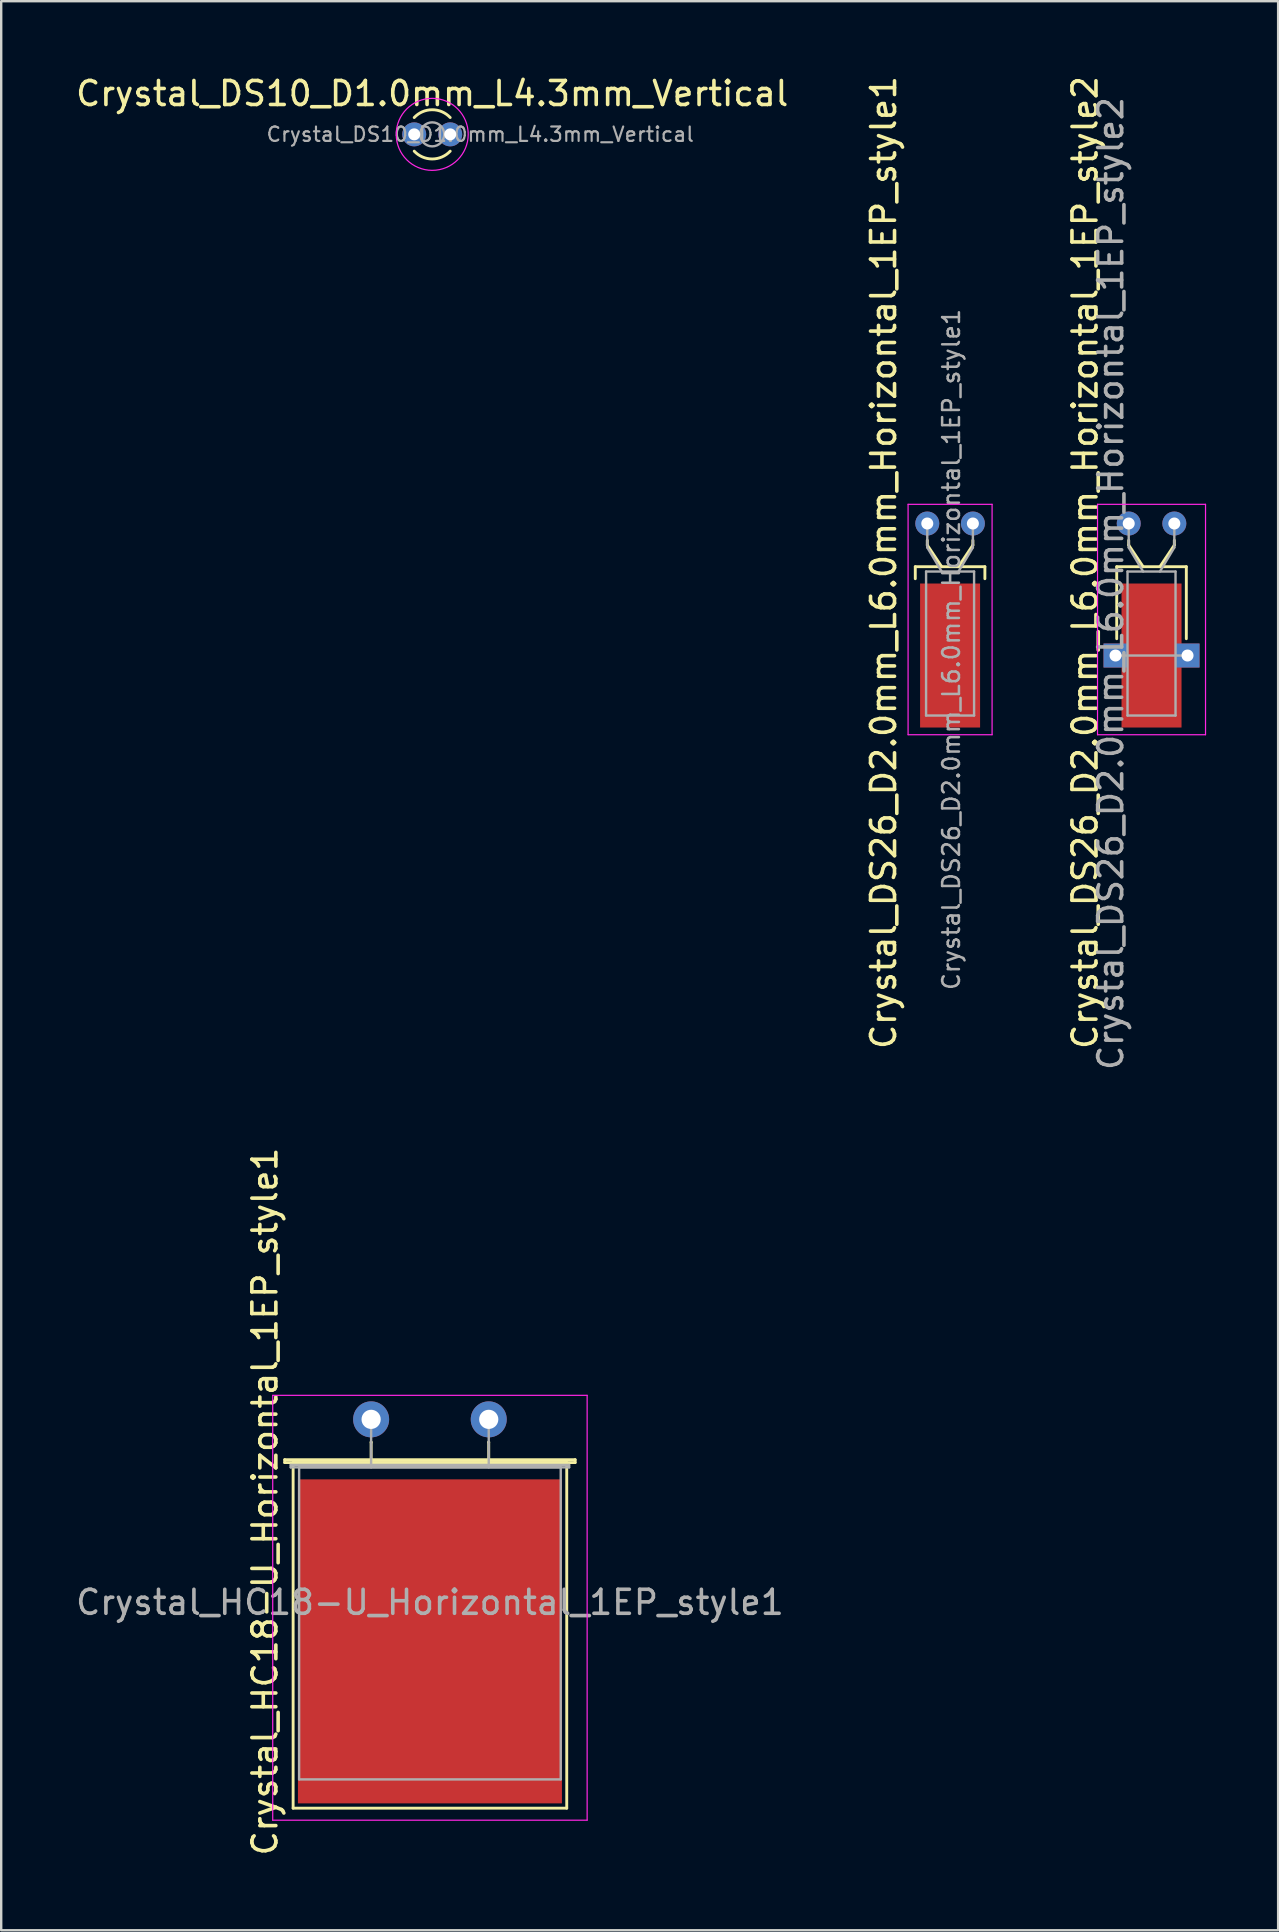
<source format=kicad_pcb>
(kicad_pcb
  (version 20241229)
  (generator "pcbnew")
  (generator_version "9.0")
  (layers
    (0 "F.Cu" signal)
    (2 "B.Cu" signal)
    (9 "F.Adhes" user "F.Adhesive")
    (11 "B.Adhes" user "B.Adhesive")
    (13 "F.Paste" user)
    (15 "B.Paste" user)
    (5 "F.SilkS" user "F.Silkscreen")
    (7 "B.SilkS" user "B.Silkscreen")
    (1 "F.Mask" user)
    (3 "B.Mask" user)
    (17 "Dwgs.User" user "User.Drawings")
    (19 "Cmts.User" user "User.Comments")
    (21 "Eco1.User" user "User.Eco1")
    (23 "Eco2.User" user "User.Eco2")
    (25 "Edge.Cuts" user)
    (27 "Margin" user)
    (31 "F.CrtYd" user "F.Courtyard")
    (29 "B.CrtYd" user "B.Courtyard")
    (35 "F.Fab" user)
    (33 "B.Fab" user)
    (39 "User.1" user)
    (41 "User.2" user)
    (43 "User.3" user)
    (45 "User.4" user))
  (footprint "Crystal_HC18-U_Horizontal_1EP_style1"
    (layer "F.Cu")
    (at 12.413 56.087)
    (property "Reference" "Crystal_HC18-U_Horizontal_1EP_style1" (at -4.425 3.425 90) (layer "F.SilkS") (effects (font (size 1 1) (thickness 0.15))))
    (attr through_hole)
    (fp_line (start -3.6 1.68) (end 8.5 1.68) (stroke (width 0.12) (type solid)) (layer "F.SilkS"))
    (fp_line (start -3.6 1.8) (end -3.6 1.68) (stroke (width 0.12) (type solid)) (layer "F.SilkS"))
    (fp_line (start -3.25 1.8) (end -3.25 16.2) (stroke (width 0.12) (type solid)) (layer "F.SilkS"))
    (fp_line (start -3.25 16.2) (end 8.15 16.2) (stroke (width 0.12) (type solid)) (layer "F.SilkS"))
    (fp_line (start 0 0.95) (end 0 0.95) (stroke (width 0.12) (type solid)) (layer "F.SilkS"))
    (fp_line (start 0 1.8) (end 0 0.95) (stroke (width 0.12) (type solid)) (layer "F.SilkS"))
    (fp_line (start 4.9 0.95) (end 4.9 0.95) (stroke (width 0.12) (type solid)) (layer "F.SilkS"))
    (fp_line (start 4.9 1.8) (end 4.9 0.95) (stroke (width 0.12) (type solid)) (layer "F.SilkS"))
    (fp_line (start 8.15 1.8) (end -3.25 1.8) (stroke (width 0.12) (type solid)) (layer "F.SilkS"))
    (fp_line (start 8.15 16.2) (end 8.15 1.8) (stroke (width 0.12) (type solid)) (layer "F.SilkS"))
    (fp_line (start 8.5 1.68) (end 8.5 1.8) (stroke (width 0.12) (type solid)) (layer "F.SilkS"))
    (fp_line (start 8.5 1.8) (end -3.6 1.8) (stroke (width 0.12) (type solid)) (layer "F.SilkS"))
    (fp_line (start -4.1 -1) (end -4.1 16.7) (stroke (width 0.05) (type solid)) (layer "F.CrtYd"))
    (fp_line (start -4.1 16.7) (end 9 16.7) (stroke (width 0.05) (type solid)) (layer "F.CrtYd"))
    (fp_line (start 9 -1) (end -4.1 -1) (stroke (width 0.05) (type solid)) (layer "F.CrtYd"))
    (fp_line (start 9 16.7) (end 9 -1) (stroke (width 0.05) (type solid)) (layer "F.CrtYd"))
    (fp_line (start -3.35 1.9) (end 8.25 1.9) (stroke (width 0.1) (type solid)) (layer "F.Fab"))
    (fp_line (start -3.35 2) (end -3.35 1.9) (stroke (width 0.1) (type solid)) (layer "F.Fab"))
    (fp_line (start -3 2) (end -3 15) (stroke (width 0.1) (type solid)) (layer "F.Fab"))
    (fp_line (start -3 15) (end 7.9 15) (stroke (width 0.1) (type solid)) (layer "F.Fab"))
    (fp_line (start 0 1) (end 0 0) (stroke (width 0.1) (type solid)) (layer "F.Fab"))
    (fp_line (start 0 2) (end 0 1) (stroke (width 0.1) (type solid)) (layer "F.Fab"))
    (fp_line (start 4.9 1) (end 4.9 0) (stroke (width 0.1) (type solid)) (layer "F.Fab"))
    (fp_line (start 4.9 2) (end 4.9 1) (stroke (width 0.1) (type solid)) (layer "F.Fab"))
    (fp_line (start 7.9 2) (end -3 2) (stroke (width 0.1) (type solid)) (layer "F.Fab"))
    (fp_line (start 7.9 15) (end 7.9 2) (stroke (width 0.1) (type solid)) (layer "F.Fab"))
    (fp_line (start 8.25 1.9) (end 8.25 2) (stroke (width 0.1) (type solid)) (layer "F.Fab"))
    (fp_line (start 8.25 2) (end -3.35 2) (stroke (width 0.1) (type solid)) (layer "F.Fab"))
    (fp_text user "${REFERENCE}" (at 2.45 7.625 0) (layer "F.Fab") (effects (font (size 1 1) (thickness 0.15))))
    (pad "1" thru_hole circle (at 0 0) (size 1.5 1.5) (drill 0.8) (layers "*.Cu" "*.Mask"))
    (pad "2" thru_hole circle (at 4.9 0) (size 1.5 1.5) (drill 0.8) (layers "*.Cu" "*.Mask"))
    (pad "3" smd rect (at 2.45 9.25) (size 11 13.5) (layers "F.Cu" "F.Mask" "F.Paste")))
  (footprint "Crystal_DS26_D2.0mm_L6.0mm_Horizontal_1EP_style1"
    (layer "F.Cu")
    (at 35.585 18.762)
    (property "Reference" "Crystal_DS26_D2.0mm_L6.0mm_Horizontal_1EP_style1" (at -1.82 1.625 90) (layer "F.SilkS") (effects (font (size 1 1) (thickness 0.15))))
    (attr through_hole)
    (fp_line (start -0.5 1.8) (end 2.4 1.8) (stroke (width 0.12) (type solid)) (layer "F.SilkS"))
    (fp_line (start -0.5 2.3) (end -0.5 1.8) (stroke (width 0.12) (type solid)) (layer "F.SilkS"))
    (fp_line (start 0 0.9) (end 0 0.7) (stroke (width 0.12) (type solid)) (layer "F.SilkS"))
    (fp_line (start 0.6 1.8) (end 0 0.9) (stroke (width 0.12) (type solid)) (layer "F.SilkS"))
    (fp_line (start 1.3 1.8) (end 1.9 0.9) (stroke (width 0.12) (type solid)) (layer "F.SilkS"))
    (fp_line (start 1.9 0.9) (end 1.9 0.7) (stroke (width 0.12) (type solid)) (layer "F.SilkS"))
    (fp_line (start 2.4 1.8) (end 2.4 2.3) (stroke (width 0.12) (type solid)) (layer "F.SilkS"))
    (fp_line (start -0.8 -0.8) (end -0.8 8.8) (stroke (width 0.05) (type solid)) (layer "F.CrtYd"))
    (fp_line (start -0.8 8.8) (end 2.7 8.8) (stroke (width 0.05) (type solid)) (layer "F.CrtYd"))
    (fp_line (start 2.7 -0.8) (end -0.8 -0.8) (stroke (width 0.05) (type solid)) (layer "F.CrtYd"))
    (fp_line (start 2.7 8.8) (end 2.7 -0.8) (stroke (width 0.05) (type solid)) (layer "F.CrtYd"))
    (fp_line (start -0.05 2) (end -0.05 8) (stroke (width 0.1) (type solid)) (layer "F.Fab"))
    (fp_line (start -0.05 8) (end 1.95 8) (stroke (width 0.1) (type solid)) (layer "F.Fab"))
    (fp_line (start 0 1) (end 0 0) (stroke (width 0.1) (type solid)) (layer "F.Fab"))
    (fp_line (start 0.6 2) (end 0 1) (stroke (width 0.1) (type solid)) (layer "F.Fab"))
    (fp_line (start 1.3 2) (end 1.9 1) (stroke (width 0.1) (type solid)) (layer "F.Fab"))
    (fp_line (start 1.9 1) (end 1.9 0) (stroke (width 0.1) (type solid)) (layer "F.Fab"))
    (fp_line (start 1.95 2) (end -0.05 2) (stroke (width 0.1) (type solid)) (layer "F.Fab"))
    (fp_line (start 1.95 8) (end 1.95 2) (stroke (width 0.1) (type solid)) (layer "F.Fab"))
    (fp_text user "${REFERENCE}" (at 1 5.25 90) (layer "F.Fab") (effects (font (size 0.7 0.7) (thickness 0.105))))
    (pad "1" thru_hole circle (at 0 0) (size 1 1) (drill 0.5) (layers "*.Cu" "*.Mask"))
    (pad "2" thru_hole circle (at 1.9 0) (size 1 1) (drill 0.5) (layers "*.Cu" "*.Mask"))
    (pad "3" smd rect (at 0.95 5.5) (size 2.5 6) (layers "F.Cu" "F.Mask" "F.Paste")))
  (footprint "Crystal_DS10_D1.0mm_L4.3mm_Vertical"
    (layer "F.Cu")
    (at 14.208 2.548)
    (property "Reference" "Crystal_DS10_D1.0mm_L4.3mm_Vertical" (at 0.75 -1.7 0) (layer "F.SilkS") (effects (font (size 1 1) (thickness 0.15))))
    (attr through_hole)
    (fp_arc (start 0 -0.7) (mid 0.749553 -1.025914) (end 1.49939 -0.700653) (stroke (width 0.12) (type solid)) (layer "F.SilkS"))
    (fp_arc (start 1.49939 0.700653) (mid 0.749553 1.025914) (end 0 0.7) (stroke (width 0.12) (type solid)) (layer "F.SilkS"))
    (fp_circle (center 0.75 0) (end 2.25 0) (stroke (width 0.05) (type solid)) (fill no) (layer "F.CrtYd"))
    (fp_circle (center 0.75 0) (end 1.25 0) (stroke (width 0.1) (type solid)) (fill no) (layer "F.Fab"))
    (fp_text user "${REFERENCE}" (at 2.75 0 0) (layer "F.Fab") (effects (font (size 0.6 0.6) (thickness 0.09))))
    (pad "1" thru_hole circle (at 0 0) (size 1 1) (drill 0.5) (layers "*.Cu" "*.Mask"))
    (pad "2" thru_hole circle (at 1.5 0) (size 1 1) (drill 0.5) (layers "*.Cu" "*.Mask")))
  (footprint "Crystal_DS26_D2.0mm_L6.0mm_Horizontal_1EP_style2"
    (layer "F.Cu")
    (at 43.978 18.762)
    (property "Reference" "Crystal_DS26_D2.0mm_L6.0mm_Horizontal_1EP_style2" (at -1.82 1.625 90) (layer "F.SilkS") (effects (font (size 1 1) (thickness 0.15))))
    (attr through_hole)
    (fp_line (start -0.5 1.8) (end 2.4 1.8) (stroke (width 0.12) (type solid)) (layer "F.SilkS"))
    (fp_line (start -0.5 4.8) (end -0.5 1.8) (stroke (width 0.12) (type solid)) (layer "F.SilkS"))
    (fp_line (start 0 0.9) (end 0 0.7) (stroke (width 0.12) (type solid)) (layer "F.SilkS"))
    (fp_line (start 0.6 1.8) (end 0 0.9) (stroke (width 0.12) (type solid)) (layer "F.SilkS"))
    (fp_line (start 1.3 1.8) (end 1.9 0.9) (stroke (width 0.12) (type solid)) (layer "F.SilkS"))
    (fp_line (start 1.9 0.9) (end 1.9 0.7) (stroke (width 0.12) (type solid)) (layer "F.SilkS"))
    (fp_line (start 2.4 1.8) (end 2.4 4.8) (stroke (width 0.12) (type solid)) (layer "F.SilkS"))
    (fp_line (start -1.3 -0.8) (end -1.3 8.8) (stroke (width 0.05) (type solid)) (layer "F.CrtYd"))
    (fp_line (start -1.3 8.8) (end 3.2 8.8) (stroke (width 0.05) (type solid)) (layer "F.CrtYd"))
    (fp_line (start 3.2 -0.8) (end -1.3 -0.8) (stroke (width 0.05) (type solid)) (layer "F.CrtYd"))
    (fp_line (start 3.2 8.8) (end 3.2 -0.8) (stroke (width 0.05) (type solid)) (layer "F.CrtYd"))
    (fp_line (start -0.55 5.5) (end 2.45 5.5) (stroke (width 0.1) (type solid)) (layer "F.Fab"))
    (fp_line (start -0.05 2) (end -0.05 8) (stroke (width 0.1) (type solid)) (layer "F.Fab"))
    (fp_line (start -0.05 8) (end 1.95 8) (stroke (width 0.1) (type solid)) (layer "F.Fab"))
    (fp_line (start 0 1) (end 0 0) (stroke (width 0.1) (type solid)) (layer "F.Fab"))
    (fp_line (start 0.6 2) (end 0 1) (stroke (width 0.1) (type solid)) (layer "F.Fab"))
    (fp_line (start 1.3 2) (end 1.9 1) (stroke (width 0.1) (type solid)) (layer "F.Fab"))
    (fp_line (start 1.9 1) (end 1.9 0) (stroke (width 0.1) (type solid)) (layer "F.Fab"))
    (fp_line (start 1.95 2) (end -0.05 2) (stroke (width 0.1) (type solid)) (layer "F.Fab"))
    (fp_line (start 1.95 8) (end 1.95 2) (stroke (width 0.1) (type solid)) (layer "F.Fab"))
    (fp_text user "${REFERENCE}" (at -0.75 2.5 90) (layer "F.Fab") (effects (font (size 1 1) (thickness 0.15))))
    (pad "1" thru_hole circle (at 0 0) (size 1 1) (drill 0.5) (layers "*.Cu" "*.Mask"))
    (pad "2" thru_hole circle (at 1.9 0) (size 1 1) (drill 0.5) (layers "*.Cu" "*.Mask"))
    (pad "3" thru_hole rect (at -0.55 5.5) (size 1 1) (drill 0.5) (layers "*.Cu" "*.Mask"))
    (pad "3" smd rect (at 0.95 5.5) (size 2.5 6) (layers "F.Cu" "F.Mask" "F.Paste"))
    (pad "3" thru_hole rect (at 2.45 5.5) (size 1 1) (drill 0.5) (layers "*.Cu" "*.Mask")))
  (gr_rect
    (start -3 -3)
    (end 50.203 77.375)
    (stroke (width 0.1) (type default))
    (fill no)
    (layer "Edge.Cuts")))
</source>
